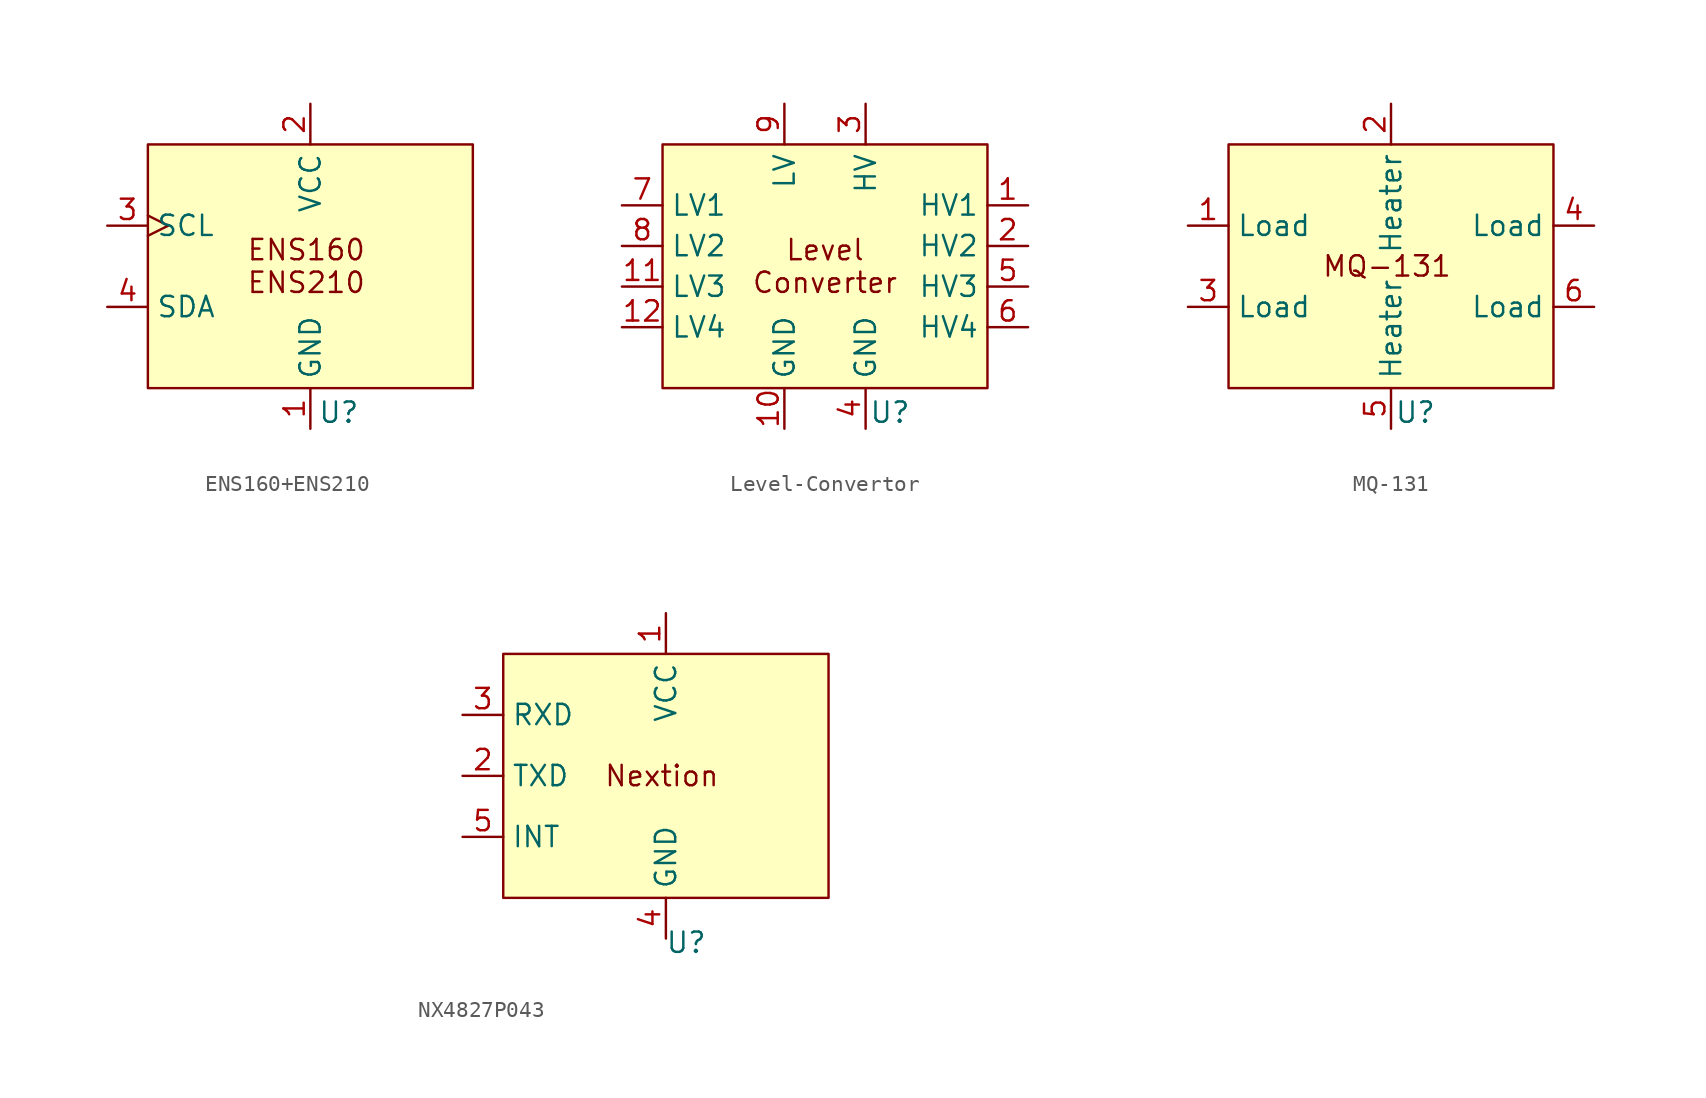
<source format=kicad_sym>
(kicad_symbol_lib
  (version 20231120)
  (generator "kicad_symbol_editor")
  (generator_version "8.0")
  (symbol "ENS160+ENS210"
    (property "Reference" "U"
      (at 1.778 -9.144 0)
      (effects (font (size 1.27 1.27))))
    (property "Value" ""
      (at 0 0 0)
      (effects (font (size 1.27 1.27))))
    (symbol "ENS160+ENS210_0_1"
      (rectangle (start -10.16 7.62) (end 10.16 -7.62) (stroke (width 0) (type default)) (fill (type background))))
    (symbol "ENS160+ENS210_1_1"
      (text "ENS160\nENS210" (at -0.254 0 0) (effects (font (size 1.27 1.27))))
      (pin input line (at 0 -10.16 90) (length 2.54) (name "GND" (effects (font (size 1.27 1.27)))) (number "1" (effects (font (size 1.27 1.27)))))
      (pin input line (at 0 10.16 270) (length 2.54) (name "VCC" (effects (font (size 1.27 1.27)))) (number "2" (effects (font (size 1.27 1.27)))))
      (pin input clock (at -12.7 2.54 0) (length 2.54) (name "SCL" (effects (font (size 1.27 1.27)))) (number "3" (effects (font (size 1.27 1.27)))))
      (pin bidirectional line (at -12.7 -2.54 0) (length 2.54) (name "SDA" (effects (font (size 1.27 1.27)))) (number "4" (effects (font (size 1.27 1.27)))))))
  (symbol "Level-Convertor"
    (property "Reference" "U"
      (at 4.064 -9.144 0)
      (effects (font (size 1.27 1.27))))
    (property "Value" ""
      (at 0 0 0)
      (effects (font (size 1.27 1.27))))
    (symbol "Level-Convertor_0_1"
      (rectangle (start -10.16 7.62) (end 10.16 -7.62) (stroke (width 0) (type default)) (fill (type background))))
    (symbol "Level-Convertor_1_1"
      (text "Level\nConverter" (at 0 0 0) (effects (font (size 1.27 1.27))))
      (pin input line (at 12.7 3.81 180) (length 2.54) (name "HV1" (effects (font (size 1.27 1.27)))) (number "1" (effects (font (size 1.27 1.27)))))
      (pin input line (at -2.54 -10.16 90) (length 2.54) (name "GND" (effects (font (size 1.27 1.27)))) (number "10" (effects (font (size 1.27 1.27)))))
      (pin output line (at -12.7 -1.27 0) (length 2.54) (name "LV3" (effects (font (size 1.27 1.27)))) (number "11" (effects (font (size 1.27 1.27)))))
      (pin output line (at -12.7 -3.81 0) (length 2.54) (name "LV4" (effects (font (size 1.27 1.27)))) (number "12" (effects (font (size 1.27 1.27)))))
      (pin input line (at 12.7 1.27 180) (length 2.54) (name "HV2" (effects (font (size 1.27 1.27)))) (number "2" (effects (font (size 1.27 1.27)))))
      (pin input line (at 2.54 10.16 270) (length 2.54) (name "HV" (effects (font (size 1.27 1.27)))) (number "3" (effects (font (size 1.27 1.27)))))
      (pin input line (at 2.54 -10.16 90) (length 2.54) (name "GND" (effects (font (size 1.27 1.27)))) (number "4" (effects (font (size 1.27 1.27)))))
      (pin input line (at 12.7 -1.27 180) (length 2.54) (name "HV3" (effects (font (size 1.27 1.27)))) (number "5" (effects (font (size 1.27 1.27)))))
      (pin input line (at 12.7 -3.81 180) (length 2.54) (name "HV4" (effects (font (size 1.27 1.27)))) (number "6" (effects (font (size 1.27 1.27)))))
      (pin output line (at -12.7 3.81 0) (length 2.54) (name "LV1" (effects (font (size 1.27 1.27)))) (number "7" (effects (font (size 1.27 1.27)))))
      (pin output line (at -12.7 1.27 0) (length 2.54) (name "LV2" (effects (font (size 1.27 1.27)))) (number "8" (effects (font (size 1.27 1.27)))))
      (pin input line (at -2.54 10.16 270) (length 2.54) (name "LV" (effects (font (size 1.27 1.27)))) (number "9" (effects (font (size 1.27 1.27)))))))
  (symbol "MQ-131"
    (property "Reference" "U"
      (at 1.524 -9.144 0)
      (effects (font (size 1.27 1.27))))
    (property "Value" ""
      (at 0 0 0)
      (effects (font (size 1.27 1.27))))
    (symbol "MQ-131_0_1"
      (rectangle (start -10.16 7.62) (end 10.16 -7.62) (stroke (width 0) (type default)) (fill (type background))))
    (symbol "MQ-131_1_1"
      (text "MQ-131" (at -0.254 0 0) (effects (font (size 1.27 1.27))))
      (pin output line (at -12.7 2.54 0) (length 2.54) (name "Load" (effects (font (size 1.27 1.27)))) (number "1" (effects (font (size 1.27 1.27)))))
      (pin input line (at 0 10.16 270) (length 2.54) (name "Heater" (effects (font (size 1.27 1.27)))) (number "2" (effects (font (size 1.27 1.27)))))
      (pin output line (at -12.7 -2.54 0) (length 2.54) (name "Load" (effects (font (size 1.27 1.27)))) (number "3" (effects (font (size 1.27 1.27)))))
      (pin output line (at 12.7 2.54 180) (length 2.54) (name "Load" (effects (font (size 1.27 1.27)))) (number "4" (effects (font (size 1.27 1.27)))))
      (pin input line (at 0 -10.16 90) (length 2.54) (name "Heater" (effects (font (size 1.27 1.27)))) (number "5" (effects (font (size 1.27 1.27)))))
      (pin output line (at 12.7 -2.54 180) (length 2.54) (name "Load" (effects (font (size 1.27 1.27)))) (number "6" (effects (font (size 1.27 1.27)))))))
  (symbol "NX4827P043"
    (property "Reference" "U"
      (at 1.27 -10.414 0)
      (effects (font (size 1.27 1.27))))
    (property "Value" ""
      (at -33.02 0 0)
      (effects (font (size 1.27 1.27))))
    (symbol "NX4827P043_0_1"
      (rectangle (start -10.16 7.62) (end 10.16 -7.62) (stroke (width 0) (type default)) (fill (type background))))
    (symbol "NX4827P043_1_1"
      (text "Nextion" (at -0.254 0 0) (effects (font (size 1.27 1.27))))
      (pin input line (at 0 10.16 270) (length 2.54) (name "VCC" (effects (font (size 1.27 1.27)))) (number "1" (effects (font (size 1.27 1.27)))))
      (pin output line (at -12.7 0 0) (length 2.54) (name "TXD" (effects (font (size 1.27 1.27)))) (number "2" (effects (font (size 1.27 1.27)))))
      (pin input line (at -12.7 3.81 0) (length 2.54) (name "RXD" (effects (font (size 1.27 1.27)))) (number "3" (effects (font (size 1.27 1.27)))))
      (pin input line (at 0 -10.16 90) (length 2.54) (name "GND" (effects (font (size 1.27 1.27)))) (number "4" (effects (font (size 1.27 1.27)))))
      (pin input line (at -12.7 -3.81 0) (length 2.54) (name "INT" (effects (font (size 1.27 1.27)))) (number "5" (effects (font (size 1.27 1.27))))))))
</source>
